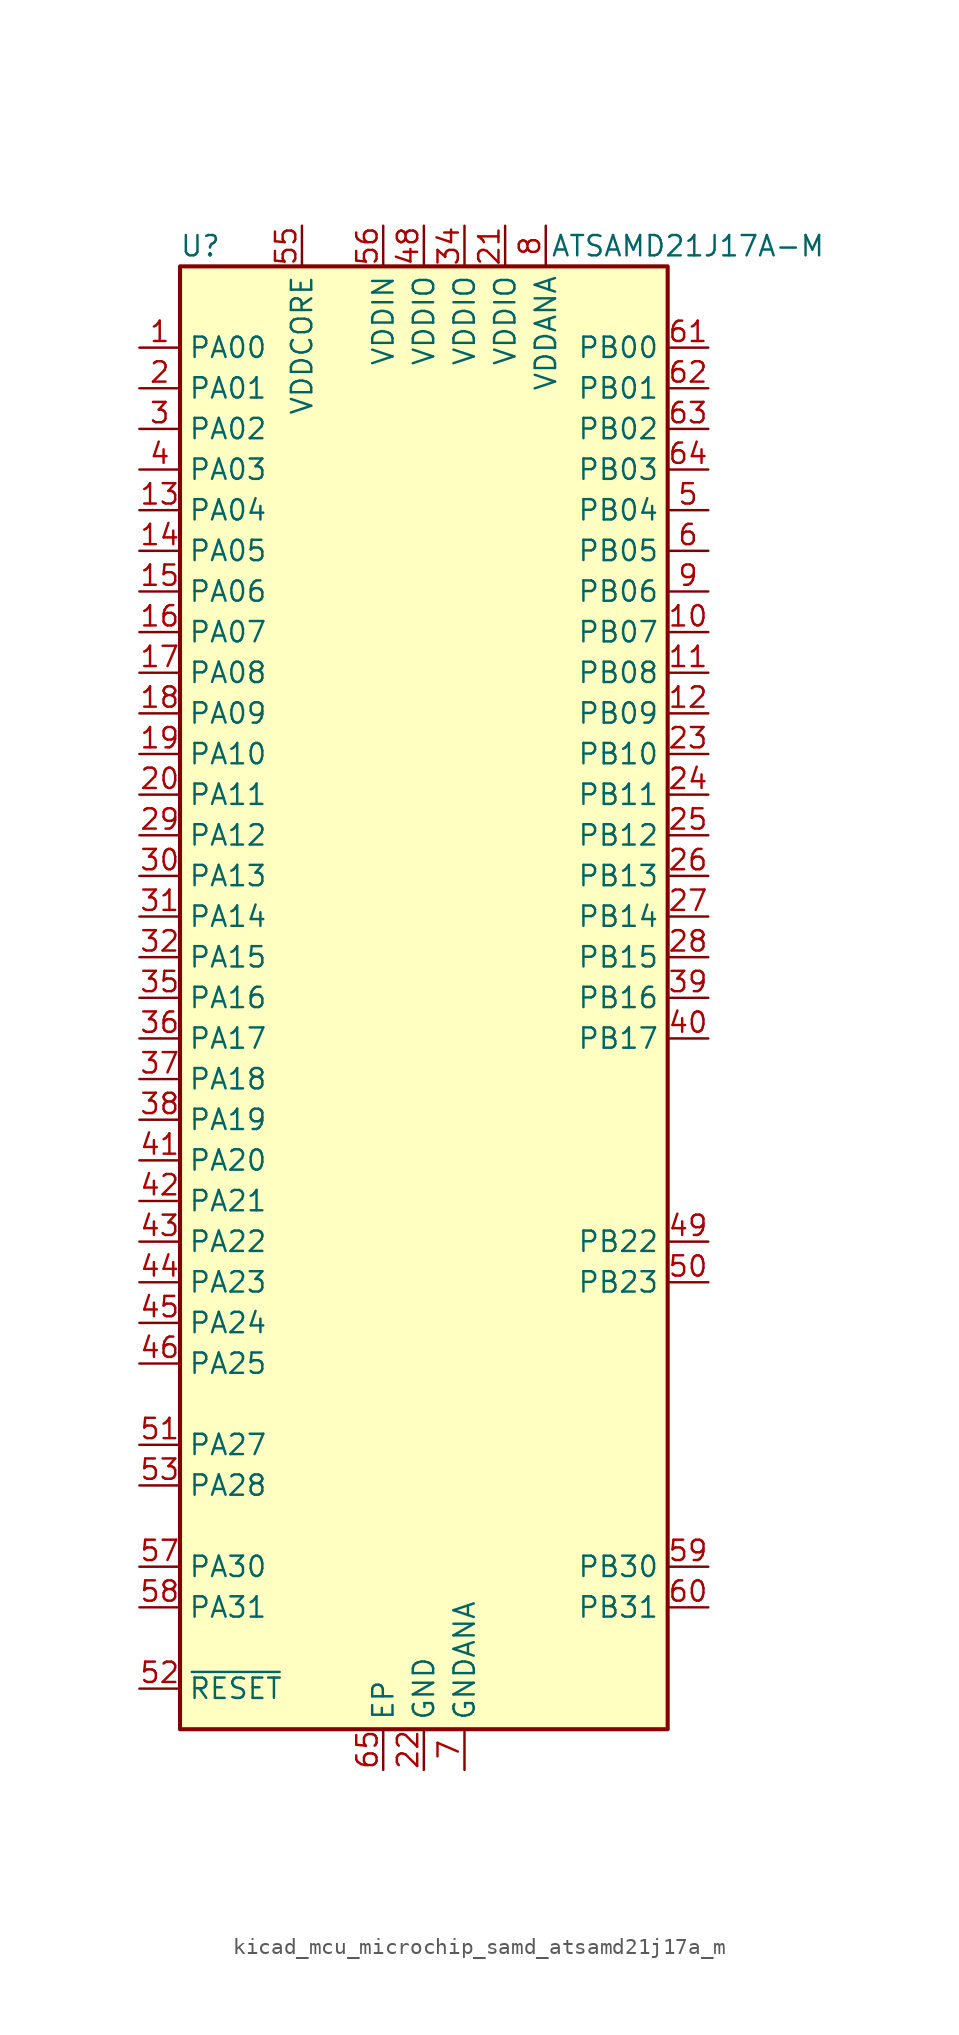
<source format=kicad_sym>
(kicad_symbol_lib
  (version 20220914)
  (generator kicad_symbol_editor)
  (symbol "kicad_mcu_microchip_samd_atsamd21j17a_m"
    (property "Reference" "U"
      (at -13.97 46.99 0)
      (effects (font (size 1.27 1.27))))
    (property "Value" "ATSAMD21J17A-M"
      (at 16.51 46.99 0)
      (effects (font (size 1.27 1.27))))
    (symbol "kicad_mcu_microchip_samd_atsamd21j17a_m_0_1"
      (rectangle (start -15.24 45.72) (end 15.24 -45.72) (stroke (width 0.254) (type default)) (fill (type background))))
    (symbol "kicad_mcu_microchip_samd_atsamd21j17a_m_1_1"
      (pin bidirectional line (at -17.78 40.64 0) (length 2.54) (name "PA00" (effects (font (size 1.27 1.27)))) (number "1" (effects (font (size 1.27 1.27)))))
      (pin bidirectional line (at 17.78 22.86 180) (length 2.54) (name "PB07" (effects (font (size 1.27 1.27)))) (number "10" (effects (font (size 1.27 1.27)))))
      (pin bidirectional line (at 17.78 20.32 180) (length 2.54) (name "PB08" (effects (font (size 1.27 1.27)))) (number "11" (effects (font (size 1.27 1.27)))))
      (pin bidirectional line (at 17.78 17.78 180) (length 2.54) (name "PB09" (effects (font (size 1.27 1.27)))) (number "12" (effects (font (size 1.27 1.27)))))
      (pin bidirectional line (at -17.78 30.48 0) (length 2.54) (name "PA04" (effects (font (size 1.27 1.27)))) (number "13" (effects (font (size 1.27 1.27)))))
      (pin bidirectional line (at -17.78 27.94 0) (length 2.54) (name "PA05" (effects (font (size 1.27 1.27)))) (number "14" (effects (font (size 1.27 1.27)))))
      (pin bidirectional line (at -17.78 25.4 0) (length 2.54) (name "PA06" (effects (font (size 1.27 1.27)))) (number "15" (effects (font (size 1.27 1.27)))))
      (pin bidirectional line (at -17.78 22.86 0) (length 2.54) (name "PA07" (effects (font (size 1.27 1.27)))) (number "16" (effects (font (size 1.27 1.27)))))
      (pin bidirectional line (at -17.78 20.32 0) (length 2.54) (name "PA08" (effects (font (size 1.27 1.27)))) (number "17" (effects (font (size 1.27 1.27)))))
      (pin bidirectional line (at -17.78 17.78 0) (length 2.54) (name "PA09" (effects (font (size 1.27 1.27)))) (number "18" (effects (font (size 1.27 1.27)))))
      (pin bidirectional line (at -17.78 15.24 0) (length 2.54) (name "PA10" (effects (font (size 1.27 1.27)))) (number "19" (effects (font (size 1.27 1.27)))))
      (pin bidirectional line (at -17.78 38.1 0) (length 2.54) (name "PA01" (effects (font (size 1.27 1.27)))) (number "2" (effects (font (size 1.27 1.27)))))
      (pin bidirectional line (at -17.78 12.7 0) (length 2.54) (name "PA11" (effects (font (size 1.27 1.27)))) (number "20" (effects (font (size 1.27 1.27)))))
      (pin power_in line (at 5.08 48.26 270) (length 2.54) (name "VDDIO" (effects (font (size 1.27 1.27)))) (number "21" (effects (font (size 1.27 1.27)))))
      (pin power_in line (at 0 -48.26 90) (length 2.54) (name "GND" (effects (font (size 1.27 1.27)))) (number "22" (effects (font (size 1.27 1.27)))))
      (pin bidirectional line (at 17.78 15.24 180) (length 2.54) (name "PB10" (effects (font (size 1.27 1.27)))) (number "23" (effects (font (size 1.27 1.27)))))
      (pin bidirectional line (at 17.78 12.7 180) (length 2.54) (name "PB11" (effects (font (size 1.27 1.27)))) (number "24" (effects (font (size 1.27 1.27)))))
      (pin bidirectional line (at 17.78 10.16 180) (length 2.54) (name "PB12" (effects (font (size 1.27 1.27)))) (number "25" (effects (font (size 1.27 1.27)))))
      (pin bidirectional line (at 17.78 7.62 180) (length 2.54) (name "PB13" (effects (font (size 1.27 1.27)))) (number "26" (effects (font (size 1.27 1.27)))))
      (pin bidirectional line (at 17.78 5.08 180) (length 2.54) (name "PB14" (effects (font (size 1.27 1.27)))) (number "27" (effects (font (size 1.27 1.27)))))
      (pin bidirectional line (at 17.78 2.54 180) (length 2.54) (name "PB15" (effects (font (size 1.27 1.27)))) (number "28" (effects (font (size 1.27 1.27)))))
      (pin bidirectional line (at -17.78 10.16 0) (length 2.54) (name "PA12" (effects (font (size 1.27 1.27)))) (number "29" (effects (font (size 1.27 1.27)))))
      (pin bidirectional line (at -17.78 35.56 0) (length 2.54) (name "PA02" (effects (font (size 1.27 1.27)))) (number "3" (effects (font (size 1.27 1.27)))))
      (pin bidirectional line (at -17.78 7.62 0) (length 2.54) (name "PA13" (effects (font (size 1.27 1.27)))) (number "30" (effects (font (size 1.27 1.27)))))
      (pin bidirectional line (at -17.78 5.08 0) (length 2.54) (name "PA14" (effects (font (size 1.27 1.27)))) (number "31" (effects (font (size 1.27 1.27)))))
      (pin bidirectional line (at -17.78 2.54 0) (length 2.54) (name "PA15" (effects (font (size 1.27 1.27)))) (number "32" (effects (font (size 1.27 1.27)))))
      (pin passive line (at 0 -48.26 90) (length 2.54) hide (name "GND" (effects (font (size 1.27 1.27)))) (number "33" (effects (font (size 1.27 1.27)))))
      (pin power_in line (at 2.54 48.26 270) (length 2.54) (name "VDDIO" (effects (font (size 1.27 1.27)))) (number "34" (effects (font (size 1.27 1.27)))))
      (pin bidirectional line (at -17.78 0 0) (length 2.54) (name "PA16" (effects (font (size 1.27 1.27)))) (number "35" (effects (font (size 1.27 1.27)))))
      (pin bidirectional line (at -17.78 -2.54 0) (length 2.54) (name "PA17" (effects (font (size 1.27 1.27)))) (number "36" (effects (font (size 1.27 1.27)))))
      (pin bidirectional line (at -17.78 -5.08 0) (length 2.54) (name "PA18" (effects (font (size 1.27 1.27)))) (number "37" (effects (font (size 1.27 1.27)))))
      (pin bidirectional line (at -17.78 -7.62 0) (length 2.54) (name "PA19" (effects (font (size 1.27 1.27)))) (number "38" (effects (font (size 1.27 1.27)))))
      (pin bidirectional line (at 17.78 0 180) (length 2.54) (name "PB16" (effects (font (size 1.27 1.27)))) (number "39" (effects (font (size 1.27 1.27)))))
      (pin bidirectional line (at -17.78 33.02 0) (length 2.54) (name "PA03" (effects (font (size 1.27 1.27)))) (number "4" (effects (font (size 1.27 1.27)))))
      (pin bidirectional line (at 17.78 -2.54 180) (length 2.54) (name "PB17" (effects (font (size 1.27 1.27)))) (number "40" (effects (font (size 1.27 1.27)))))
      (pin bidirectional line (at -17.78 -10.16 0) (length 2.54) (name "PA20" (effects (font (size 1.27 1.27)))) (number "41" (effects (font (size 1.27 1.27)))))
      (pin bidirectional line (at -17.78 -12.7 0) (length 2.54) (name "PA21" (effects (font (size 1.27 1.27)))) (number "42" (effects (font (size 1.27 1.27)))))
      (pin bidirectional line (at -17.78 -15.24 0) (length 2.54) (name "PA22" (effects (font (size 1.27 1.27)))) (number "43" (effects (font (size 1.27 1.27)))))
      (pin bidirectional line (at -17.78 -17.78 0) (length 2.54) (name "PA23" (effects (font (size 1.27 1.27)))) (number "44" (effects (font (size 1.27 1.27)))))
      (pin bidirectional line (at -17.78 -20.32 0) (length 2.54) (name "PA24" (effects (font (size 1.27 1.27)))) (number "45" (effects (font (size 1.27 1.27)))))
      (pin bidirectional line (at -17.78 -22.86 0) (length 2.54) (name "PA25" (effects (font (size 1.27 1.27)))) (number "46" (effects (font (size 1.27 1.27)))))
      (pin passive line (at 0 -48.26 90) (length 2.54) hide (name "GND" (effects (font (size 1.27 1.27)))) (number "47" (effects (font (size 1.27 1.27)))))
      (pin power_in line (at 0 48.26 270) (length 2.54) (name "VDDIO" (effects (font (size 1.27 1.27)))) (number "48" (effects (font (size 1.27 1.27)))))
      (pin bidirectional line (at 17.78 -15.24 180) (length 2.54) (name "PB22" (effects (font (size 1.27 1.27)))) (number "49" (effects (font (size 1.27 1.27)))))
      (pin bidirectional line (at 17.78 30.48 180) (length 2.54) (name "PB04" (effects (font (size 1.27 1.27)))) (number "5" (effects (font (size 1.27 1.27)))))
      (pin bidirectional line (at 17.78 -17.78 180) (length 2.54) (name "PB23" (effects (font (size 1.27 1.27)))) (number "50" (effects (font (size 1.27 1.27)))))
      (pin bidirectional line (at -17.78 -27.94 0) (length 2.54) (name "PA27" (effects (font (size 1.27 1.27)))) (number "51" (effects (font (size 1.27 1.27)))))
      (pin input line (at -17.78 -43.18 0) (length 2.54) (name "~{RESET}" (effects (font (size 1.27 1.27)))) (number "52" (effects (font (size 1.27 1.27)))))
      (pin bidirectional line (at -17.78 -30.48 0) (length 2.54) (name "PA28" (effects (font (size 1.27 1.27)))) (number "53" (effects (font (size 1.27 1.27)))))
      (pin passive line (at 0 -48.26 90) (length 2.54) hide (name "GND" (effects (font (size 1.27 1.27)))) (number "54" (effects (font (size 1.27 1.27)))))
      (pin power_out line (at -7.62 48.26 270) (length 2.54) (name "VDDCORE" (effects (font (size 1.27 1.27)))) (number "55" (effects (font (size 1.27 1.27)))))
      (pin power_in line (at -2.54 48.26 270) (length 2.54) (name "VDDIN" (effects (font (size 1.27 1.27)))) (number "56" (effects (font (size 1.27 1.27)))))
      (pin bidirectional line (at -17.78 -35.56 0) (length 2.54) (name "PA30" (effects (font (size 1.27 1.27)))) (number "57" (effects (font (size 1.27 1.27)))))
      (pin bidirectional line (at -17.78 -38.1 0) (length 2.54) (name "PA31" (effects (font (size 1.27 1.27)))) (number "58" (effects (font (size 1.27 1.27)))))
      (pin bidirectional line (at 17.78 -35.56 180) (length 2.54) (name "PB30" (effects (font (size 1.27 1.27)))) (number "59" (effects (font (size 1.27 1.27)))))
      (pin bidirectional line (at 17.78 27.94 180) (length 2.54) (name "PB05" (effects (font (size 1.27 1.27)))) (number "6" (effects (font (size 1.27 1.27)))))
      (pin bidirectional line (at 17.78 -38.1 180) (length 2.54) (name "PB31" (effects (font (size 1.27 1.27)))) (number "60" (effects (font (size 1.27 1.27)))))
      (pin bidirectional line (at 17.78 40.64 180) (length 2.54) (name "PB00" (effects (font (size 1.27 1.27)))) (number "61" (effects (font (size 1.27 1.27)))))
      (pin bidirectional line (at 17.78 38.1 180) (length 2.54) (name "PB01" (effects (font (size 1.27 1.27)))) (number "62" (effects (font (size 1.27 1.27)))))
      (pin bidirectional line (at 17.78 35.56 180) (length 2.54) (name "PB02" (effects (font (size 1.27 1.27)))) (number "63" (effects (font (size 1.27 1.27)))))
      (pin bidirectional line (at 17.78 33.02 180) (length 2.54) (name "PB03" (effects (font (size 1.27 1.27)))) (number "64" (effects (font (size 1.27 1.27)))))
      (pin passive line (at -2.54 -48.26 90) (length 2.54) (name "EP" (effects (font (size 1.27 1.27)))) (number "65" (effects (font (size 1.27 1.27)))))
      (pin power_in line (at 2.54 -48.26 90) (length 2.54) (name "GNDANA" (effects (font (size 1.27 1.27)))) (number "7" (effects (font (size 1.27 1.27)))))
      (pin power_in line (at 7.62 48.26 270) (length 2.54) (name "VDDANA" (effects (font (size 1.27 1.27)))) (number "8" (effects (font (size 1.27 1.27)))))
      (pin bidirectional line (at 17.78 25.4 180) (length 2.54) (name "PB06" (effects (font (size 1.27 1.27)))) (number "9" (effects (font (size 1.27 1.27))))))))
</source>
